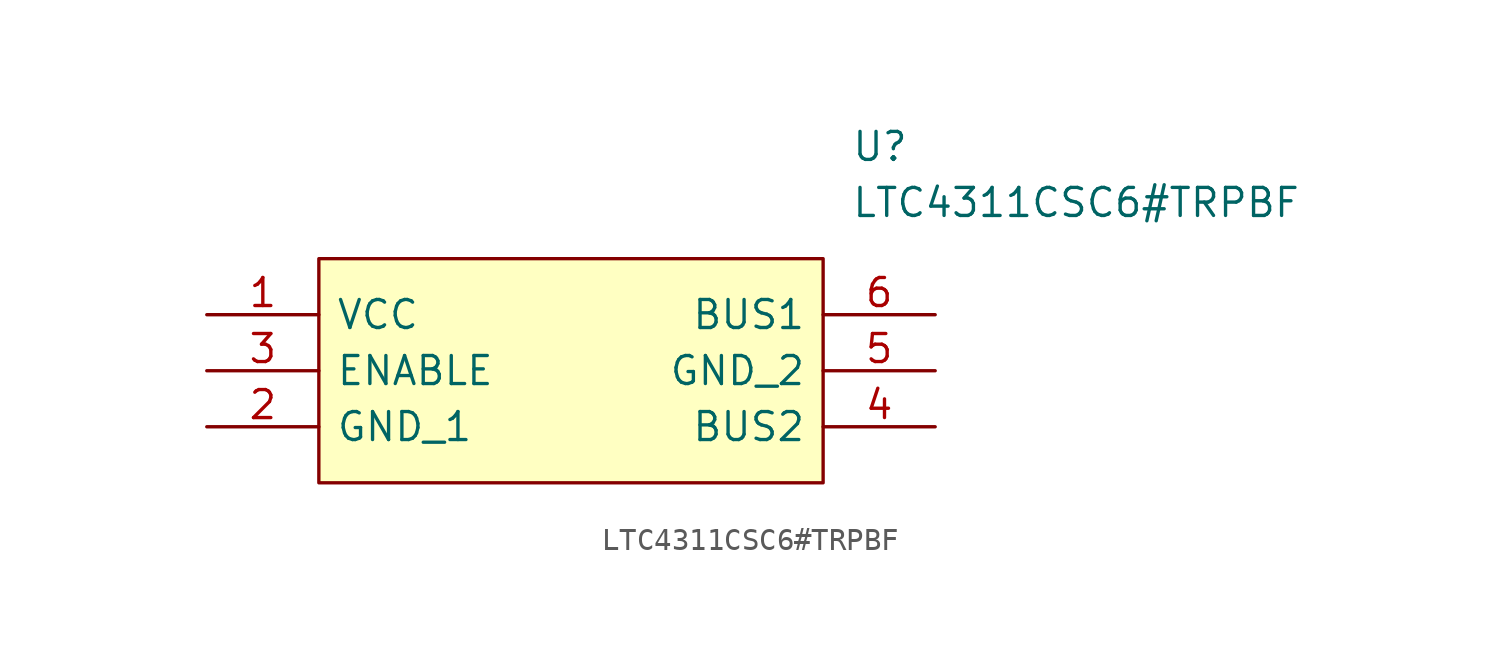
<source format=kicad_sym>
(kicad_symbol_lib
  (version 20220914)
  (generator kicad_symbol_editor)
  (symbol "LTC4311CSC6#TRPBF"
    (pin_names
      (offset 0.762))
    (property "Reference" "U"
      (at 29.21 7.62 0)
      (effects (font (size 1.27 1.27)) (justify left)))
    (property "Value" "LTC4311CSC6#TRPBF"
      (at 29.21 5.08 0)
      (effects (font (size 1.27 1.27)) (justify left)))
    (symbol "LTC4311CSC6#TRPBF_0_0"
      (pin passive line (at 0 0 0) (length 5.08) (name "VCC" (effects (font (size 1.27 1.27)))) (number "1" (effects (font (size 1.27 1.27)))))
      (pin passive line (at 0 -5.08 0) (length 5.08) (name "GND_1" (effects (font (size 1.27 1.27)))) (number "2" (effects (font (size 1.27 1.27)))))
      (pin passive line (at 0 -2.54 0) (length 5.08) (name "ENABLE" (effects (font (size 1.27 1.27)))) (number "3" (effects (font (size 1.27 1.27)))))
      (pin passive line (at 33.02 -5.08 180) (length 5.08) (name "BUS2" (effects (font (size 1.27 1.27)))) (number "4" (effects (font (size 1.27 1.27)))))
      (pin passive line (at 33.02 -2.54 180) (length 5.08) (name "GND_2" (effects (font (size 1.27 1.27)))) (number "5" (effects (font (size 1.27 1.27)))))
      (pin passive line (at 33.02 0 180) (length 5.08) (name "BUS1" (effects (font (size 1.27 1.27)))) (number "6" (effects (font (size 1.27 1.27))))))
    (symbol "LTC4311CSC6#TRPBF_1_1"
      (polyline (pts (xy 5.08 2.54) (xy 27.94 2.54) (xy 27.94 -7.62) (xy 5.08 -7.62) (xy 5.08 2.54)) (stroke (width 0.152) (type solid)) (fill (type background))))))
</source>
